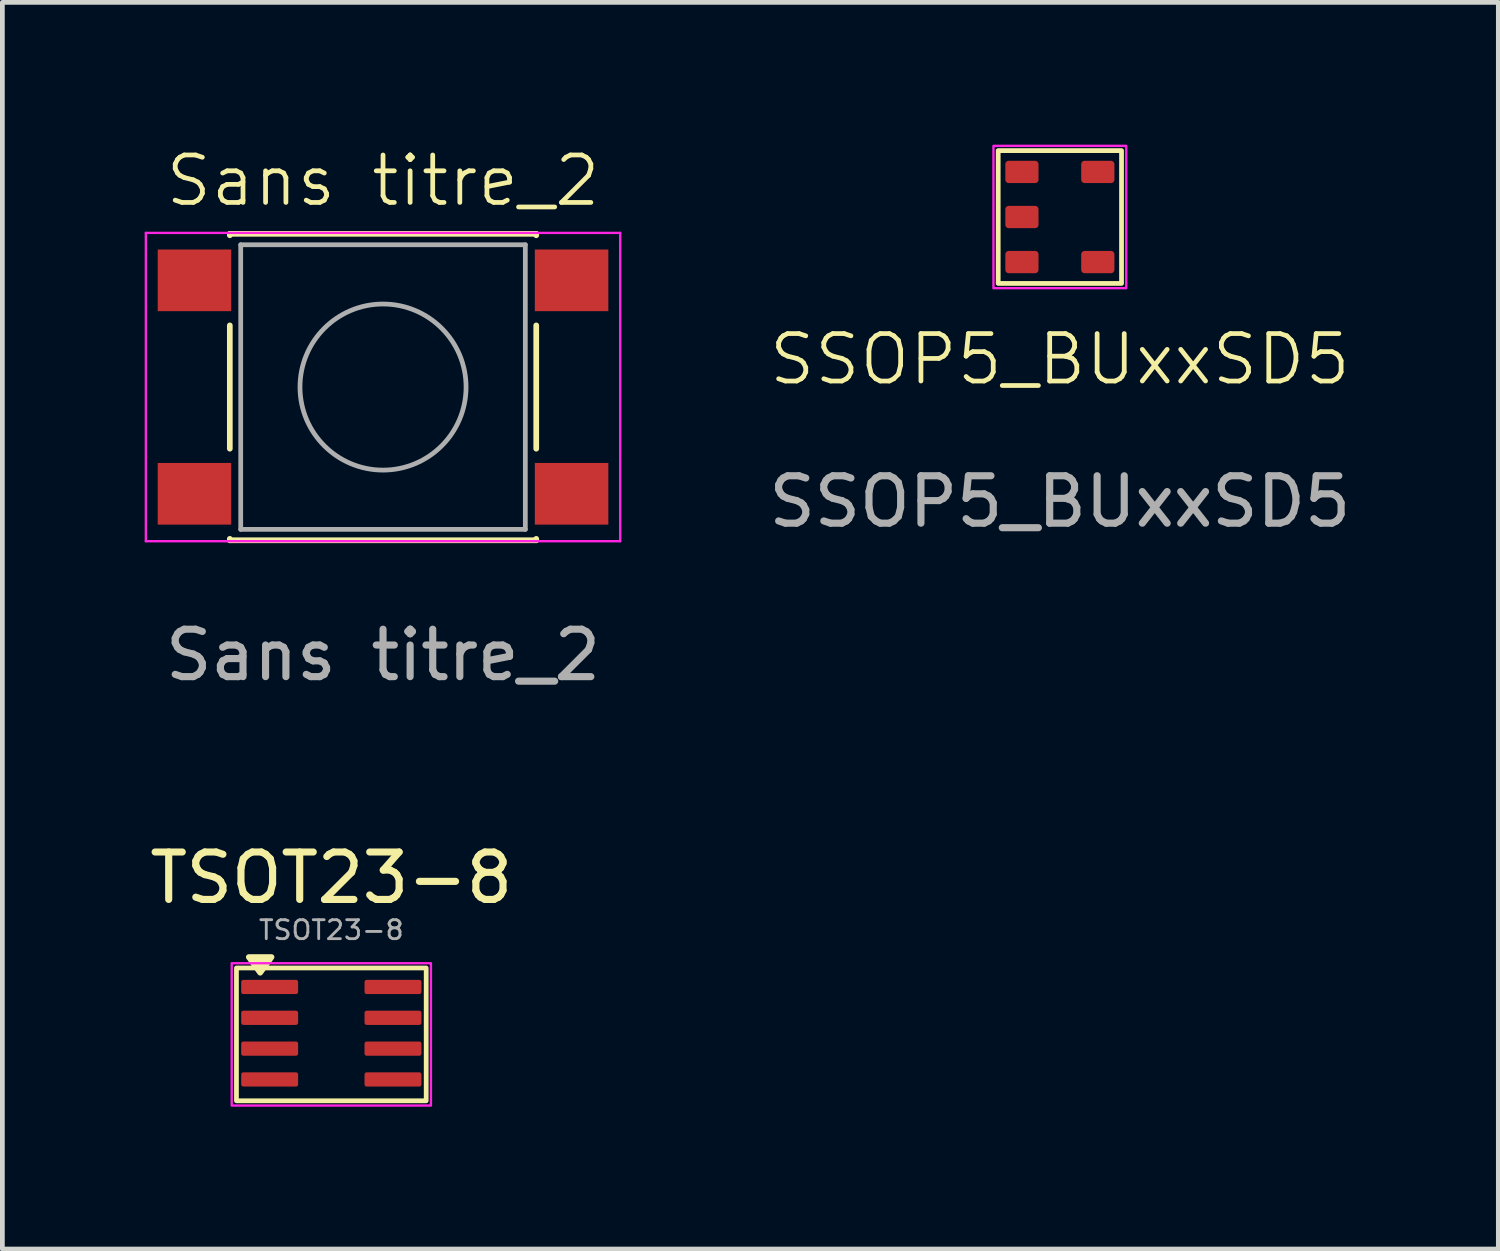
<source format=kicad_pcb>
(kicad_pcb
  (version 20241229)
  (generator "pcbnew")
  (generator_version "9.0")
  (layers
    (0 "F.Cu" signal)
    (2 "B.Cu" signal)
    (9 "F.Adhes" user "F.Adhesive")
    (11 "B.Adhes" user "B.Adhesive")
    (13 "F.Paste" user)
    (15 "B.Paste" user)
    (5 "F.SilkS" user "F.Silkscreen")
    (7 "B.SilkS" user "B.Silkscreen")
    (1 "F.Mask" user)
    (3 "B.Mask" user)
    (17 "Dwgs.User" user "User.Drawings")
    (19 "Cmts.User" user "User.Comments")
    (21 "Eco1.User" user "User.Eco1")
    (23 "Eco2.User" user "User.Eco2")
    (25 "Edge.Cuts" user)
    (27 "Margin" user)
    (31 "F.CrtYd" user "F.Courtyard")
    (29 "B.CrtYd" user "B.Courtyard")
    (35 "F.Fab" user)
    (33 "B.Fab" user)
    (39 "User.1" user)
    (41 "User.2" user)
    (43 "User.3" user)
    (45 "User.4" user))
  (footprint "SSOP5_BUxxSD5"
    (layer "F.Cu")
    (at 19.294 1.525)
    (property "Reference" "SSOP5_BUxxSD5" (at 0 3 0) (unlocked yes) (layer "F.SilkS") (effects (font (size 1 1) (thickness 0.1))))
    (attr smd)
    (fp_rect (start -1.3 -1.4) (end 1.3 1.4) (stroke (width 0.1) (type default)) (fill no) (layer "F.SilkS"))
    (fp_rect (start -1.4 -1.5) (end 1.4 1.5) (stroke (width 0.05) (type default)) (fill no) (layer "F.CrtYd"))
    (fp_text user "${REFERENCE}" (at 0 6 0) (unlocked yes) (layer "F.Fab") (effects (font (size 1 1) (thickness 0.15))))
    (pad "1" smd roundrect (at -0.8 -0.95) (size 0.7 0.47) (layers "F.Cu" "F.Mask" "F.Paste") (roundrect_rratio 0.15))
    (pad "2" smd roundrect (at -0.8 0) (size 0.7 0.47) (layers "F.Cu" "F.Mask" "F.Paste") (roundrect_rratio 0.15))
    (pad "3" smd roundrect (at -0.8 0.95) (size 0.7 0.47) (layers "F.Cu" "F.Mask" "F.Paste") (roundrect_rratio 0.15))
    (pad "4" smd roundrect (at 0.8 0.95) (size 0.7 0.47) (layers "F.Cu" "F.Mask" "F.Paste") (roundrect_rratio 0.15))
    (pad "5" smd roundrect (at 0.8 -0.95) (size 0.7 0.47) (layers "F.Cu" "F.Mask" "F.Paste") (roundrect_rratio 0.15)))
  (footprint "TSOT23-8"
    (layer "F.Cu")
    (at 3.935 18.757)
    (property "Reference" "TSOT23-8" (at 0 -3.3 0) (layer "F.SilkS") (effects (font (size 1 1) (thickness 0.15))))
    (attr smd)
    (fp_rect (start -2 -1.4) (end 2 1.4) (stroke (width 0.1) (type default)) (fill no) (layer "F.SilkS"))
    (fp_poly (pts (xy -1.5 -1.3) (xy -1.74 -1.63) (xy -1.26 -1.63) (xy -1.5 -1.3)) (stroke (width 0.12) (type solid)) (fill yes) (layer "F.SilkS"))
    (fp_rect (start -2.1 -1.5) (end 2.1 1.5) (stroke (width 0.05) (type default)) (fill no) (layer "F.CrtYd"))
    (fp_text user "${REFERENCE}" (at 0 -2.2 0) (layer "F.Fab") (effects (font (size 0.4 0.4) (thickness 0.06))))
    (pad "1" smd roundrect (at -1.3 -1) (size 1.2 0.3) (layers "F.Cu" "F.Mask" "F.Paste") (roundrect_rratio 0.15))
    (pad "2" smd roundrect (at -1.3 -0.35) (size 1.2 0.3) (layers "F.Cu" "F.Mask" "F.Paste") (roundrect_rratio 0.15))
    (pad "3" smd roundrect (at -1.3 0.3) (size 1.2 0.3) (layers "F.Cu" "F.Mask" "F.Paste") (roundrect_rratio 0.15))
    (pad "4" smd roundrect (at -1.3 0.95) (size 1.2 0.3) (layers "F.Cu" "F.Mask" "F.Paste") (roundrect_rratio 0.15))
    (pad "5" smd roundrect (at 1.3 0.95) (size 1.2 0.3) (layers "F.Cu" "F.Mask" "F.Paste") (roundrect_rratio 0.15))
    (pad "6" smd roundrect (at 1.3 0.3) (size 1.2 0.3) (layers "F.Cu" "F.Mask" "F.Paste") (roundrect_rratio 0.15))
    (pad "7" smd roundrect (at 1.3 -0.35) (size 1.2 0.3) (layers "F.Cu" "F.Mask" "F.Paste") (roundrect_rratio 0.15))
    (pad "8" smd roundrect (at 1.3 -1) (size 1.2 0.3) (layers "F.Cu" "F.Mask" "F.Paste") (roundrect_rratio 0.15)))
  (footprint "Sans titre_2"
    (layer "F.Cu")
    (at 5.025 4.96)
    (property "Reference" "Sans titre_2" (at 0 -4.2 0) (unlocked yes) (layer "F.SilkS") (effects (font (size 1 1) (thickness 0.1))))
    (attr smd)
    (fp_line (start -3.23 -3.08) (end 3.23 -3.08) (stroke (width 0.12) (type solid)) (layer "F.SilkS"))
    (fp_line (start -3.23 -3.05) (end -3.23 -3.08) (stroke (width 0.12) (type solid)) (layer "F.SilkS"))
    (fp_line (start -3.23 -1.15) (end -3.23 1.45) (stroke (width 0.12) (type solid)) (layer "F.SilkS"))
    (fp_line (start -3.23 3.38) (end -3.23 3.35) (stroke (width 0.12) (type solid)) (layer "F.SilkS"))
    (fp_line (start -3.23 3.38) (end 3.23 3.38) (stroke (width 0.12) (type solid)) (layer "F.SilkS"))
    (fp_line (start 3.23 -3.08) (end 3.23 -3.05) (stroke (width 0.12) (type solid)) (layer "F.SilkS"))
    (fp_line (start 3.23 -1.15) (end 3.23 1.45) (stroke (width 0.12) (type solid)) (layer "F.SilkS"))
    (fp_line (start 3.23 3.38) (end 3.23 3.35) (stroke (width 0.12) (type solid)) (layer "F.SilkS"))
    (fp_line (start -5 -3.1) (end -5 3.4) (stroke (width 0.05) (type solid)) (layer "F.CrtYd"))
    (fp_line (start -5 -3.1) (end 5 -3.1) (stroke (width 0.05) (type solid)) (layer "F.CrtYd"))
    (fp_line (start -5 3.4) (end 5 3.4) (stroke (width 0.05) (type solid)) (layer "F.CrtYd"))
    (fp_line (start 5 3.4) (end 5 -3.1) (stroke (width 0.05) (type solid)) (layer "F.CrtYd"))
    (fp_line (start -3 -2.85) (end -3 3.15) (stroke (width 0.1) (type solid)) (layer "F.Fab"))
    (fp_line (start -3 3.15) (end 3 3.15) (stroke (width 0.1) (type solid)) (layer "F.Fab"))
    (fp_line (start 3 -2.85) (end -3 -2.85) (stroke (width 0.1) (type solid)) (layer "F.Fab"))
    (fp_line (start 3 3.15) (end 3 -2.85) (stroke (width 0.1) (type solid)) (layer "F.Fab"))
    (fp_circle (center 0 0.15) (end 1.75 0.1) (stroke (width 0.1) (type solid)) (fill no) (layer "F.Fab"))
    (fp_text user "${REFERENCE}" (at 0 5.8 0) (unlocked yes) (layer "F.Fab") (effects (font (size 1 1) (thickness 0.15))))
    (pad "1" smd rect (at -3.975 -2.1) (size 1.55 1.3) (layers "F.Cu" "F.Mask" "F.Paste"))
    (pad "1" smd rect (at 3.975 -2.1) (size 1.55 1.3) (layers "F.Cu" "F.Mask" "F.Paste"))
    (pad "2" smd rect (at -3.975 2.4) (size 1.55 1.3) (layers "F.Cu" "F.Mask" "F.Paste"))
    (pad "2" smd rect (at 3.975 2.4) (size 1.55 1.3) (layers "F.Cu" "F.Mask" "F.Paste")))
  (gr_rect
    (start -3 -3)
    (end 28.538 23.282)
    (stroke (width 0.1) (type default))
    (fill no)
    (layer "Edge.Cuts")))
</source>
